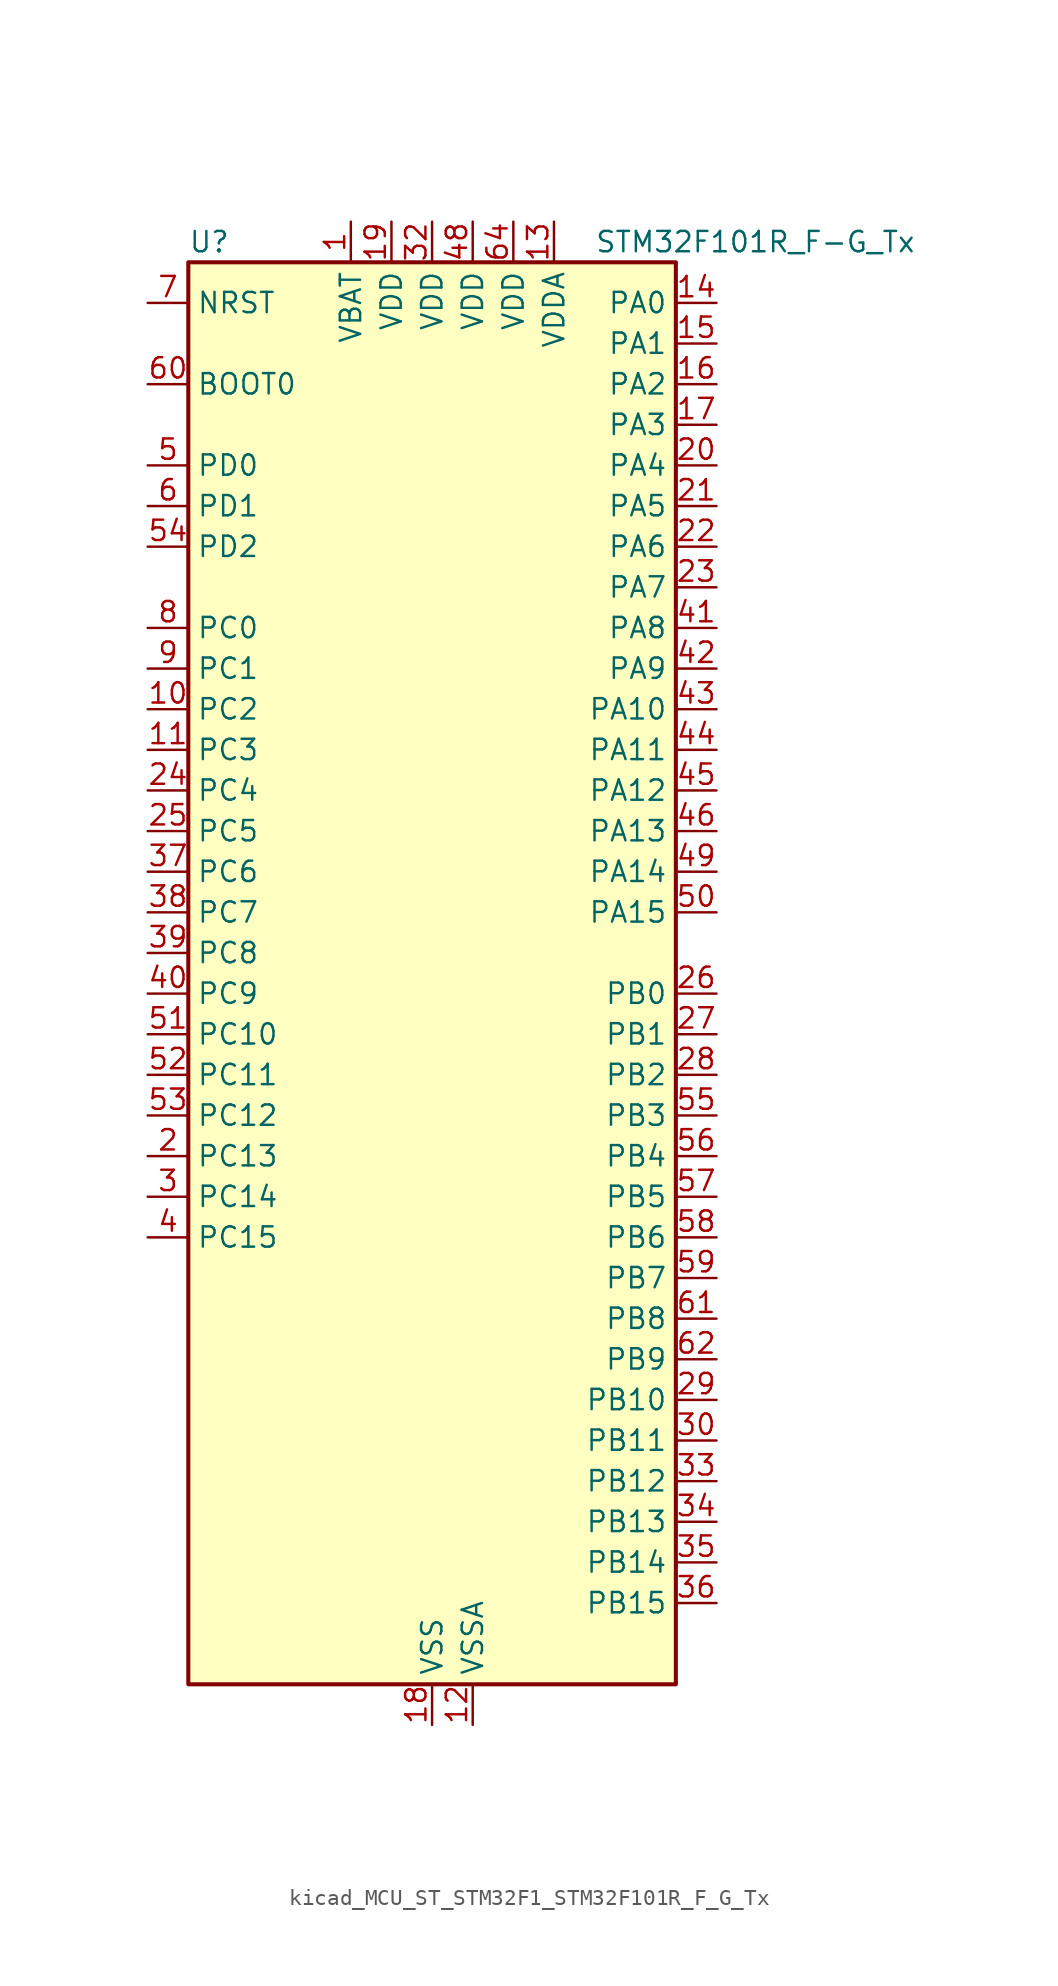
<source format=kicad_sym>
(kicad_symbol_lib
  (version 20220914)
  (generator kicad_symbol_editor)
  (symbol "kicad_MCU_ST_STM32F1_STM32F101R_F_G_Tx"
    (property "Reference" "U"
      (at -15.24 46.99 0)
      (effects (font (size 1.27 1.27)) (justify left)))
    (property "Value" "STM32F101R_F-G_Tx"
      (at 10.16 46.99 0)
      (effects (font (size 1.27 1.27)) (justify left)))
    (property "ki_locked" ""
      (at 0 0 0)
      (effects (font (size 1.27 1.27))))
    (symbol "kicad_MCU_ST_STM32F1_STM32F101R_F_G_Tx_0_1"
      (rectangle (start -15.24 -43.18) (end 15.24 45.72) (stroke (width 0.254) (type default)) (fill (type background))))
    (symbol "kicad_MCU_ST_STM32F1_STM32F101R_F_G_Tx_1_1"
      (pin power_in line (at -5.08 48.26 270) (length 2.54) (name "VBAT" (effects (font (size 1.27 1.27)))) (number "1" (effects (font (size 1.27 1.27)))))
      (pin bidirectional line (at -17.78 17.78 0) (length 2.54) (name "PC2" (effects (font (size 1.27 1.27)))) (number "10" (effects (font (size 1.27 1.27)))) (alternate "ADC1_IN12" bidirectional line))
      (pin bidirectional line (at -17.78 15.24 0) (length 2.54) (name "PC3" (effects (font (size 1.27 1.27)))) (number "11" (effects (font (size 1.27 1.27)))) (alternate "ADC1_IN13" bidirectional line))
      (pin power_in line (at 2.54 -45.72 90) (length 2.54) (name "VSSA" (effects (font (size 1.27 1.27)))) (number "12" (effects (font (size 1.27 1.27)))))
      (pin power_in line (at 7.62 48.26 270) (length 2.54) (name "VDDA" (effects (font (size 1.27 1.27)))) (number "13" (effects (font (size 1.27 1.27)))))
      (pin bidirectional line (at 17.78 43.18 180) (length 2.54) (name "PA0" (effects (font (size 1.27 1.27)))) (number "14" (effects (font (size 1.27 1.27)))) (alternate "ADC1_IN0" bidirectional line) (alternate "SYS_WKUP" bidirectional line) (alternate "TIM2_CH1" bidirectional line) (alternate "TIM2_ETR" bidirectional line) (alternate "TIM5_CH1" bidirectional line) (alternate "USART2_CTS" bidirectional line))
      (pin bidirectional line (at 17.78 40.64 180) (length 2.54) (name "PA1" (effects (font (size 1.27 1.27)))) (number "15" (effects (font (size 1.27 1.27)))) (alternate "ADC1_IN1" bidirectional line) (alternate "TIM2_CH2" bidirectional line) (alternate "TIM5_CH2" bidirectional line) (alternate "USART2_RTS" bidirectional line))
      (pin bidirectional line (at 17.78 38.1 180) (length 2.54) (name "PA2" (effects (font (size 1.27 1.27)))) (number "16" (effects (font (size 1.27 1.27)))) (alternate "ADC1_IN2" bidirectional line) (alternate "TIM2_CH3" bidirectional line) (alternate "TIM5_CH3" bidirectional line) (alternate "TIM9_CH1" bidirectional line) (alternate "USART2_TX" bidirectional line))
      (pin bidirectional line (at 17.78 35.56 180) (length 2.54) (name "PA3" (effects (font (size 1.27 1.27)))) (number "17" (effects (font (size 1.27 1.27)))) (alternate "ADC1_IN3" bidirectional line) (alternate "TIM2_CH4" bidirectional line) (alternate "TIM5_CH4" bidirectional line) (alternate "TIM9_CH2" bidirectional line) (alternate "USART2_RX" bidirectional line))
      (pin power_in line (at 0 -45.72 90) (length 2.54) (name "VSS" (effects (font (size 1.27 1.27)))) (number "18" (effects (font (size 1.27 1.27)))))
      (pin power_in line (at -2.54 48.26 270) (length 2.54) (name "VDD" (effects (font (size 1.27 1.27)))) (number "19" (effects (font (size 1.27 1.27)))))
      (pin bidirectional line (at -17.78 -10.16 0) (length 2.54) (name "PC13" (effects (font (size 1.27 1.27)))) (number "2" (effects (font (size 1.27 1.27)))) (alternate "RTC_OUT" bidirectional line) (alternate "RTC_TAMPER" bidirectional line))
      (pin bidirectional line (at 17.78 33.02 180) (length 2.54) (name "PA4" (effects (font (size 1.27 1.27)))) (number "20" (effects (font (size 1.27 1.27)))) (alternate "ADC1_IN4" bidirectional line) (alternate "DAC_OUT1" bidirectional line) (alternate "SPI1_NSS" bidirectional line) (alternate "USART2_CK" bidirectional line))
      (pin bidirectional line (at 17.78 30.48 180) (length 2.54) (name "PA5" (effects (font (size 1.27 1.27)))) (number "21" (effects (font (size 1.27 1.27)))) (alternate "ADC1_IN5" bidirectional line) (alternate "DAC_OUT2" bidirectional line) (alternate "SPI1_SCK" bidirectional line))
      (pin bidirectional line (at 17.78 27.94 180) (length 2.54) (name "PA6" (effects (font (size 1.27 1.27)))) (number "22" (effects (font (size 1.27 1.27)))) (alternate "ADC1_IN6" bidirectional line) (alternate "SPI1_MISO" bidirectional line) (alternate "TIM13_CH1" bidirectional line) (alternate "TIM3_CH1" bidirectional line))
      (pin bidirectional line (at 17.78 25.4 180) (length 2.54) (name "PA7" (effects (font (size 1.27 1.27)))) (number "23" (effects (font (size 1.27 1.27)))) (alternate "ADC1_IN7" bidirectional line) (alternate "SPI1_MOSI" bidirectional line) (alternate "TIM14_CH1" bidirectional line) (alternate "TIM3_CH2" bidirectional line))
      (pin bidirectional line (at -17.78 12.7 0) (length 2.54) (name "PC4" (effects (font (size 1.27 1.27)))) (number "24" (effects (font (size 1.27 1.27)))) (alternate "ADC1_IN14" bidirectional line))
      (pin bidirectional line (at -17.78 10.16 0) (length 2.54) (name "PC5" (effects (font (size 1.27 1.27)))) (number "25" (effects (font (size 1.27 1.27)))) (alternate "ADC1_IN15" bidirectional line))
      (pin bidirectional line (at 17.78 0 180) (length 2.54) (name "PB0" (effects (font (size 1.27 1.27)))) (number "26" (effects (font (size 1.27 1.27)))) (alternate "ADC1_IN8" bidirectional line) (alternate "TIM3_CH3" bidirectional line))
      (pin bidirectional line (at 17.78 -2.54 180) (length 2.54) (name "PB1" (effects (font (size 1.27 1.27)))) (number "27" (effects (font (size 1.27 1.27)))) (alternate "ADC1_IN9" bidirectional line) (alternate "TIM3_CH4" bidirectional line))
      (pin bidirectional line (at 17.78 -5.08 180) (length 2.54) (name "PB2" (effects (font (size 1.27 1.27)))) (number "28" (effects (font (size 1.27 1.27)))))
      (pin bidirectional line (at 17.78 -25.4 180) (length 2.54) (name "PB10" (effects (font (size 1.27 1.27)))) (number "29" (effects (font (size 1.27 1.27)))) (alternate "I2C2_SCL" bidirectional line) (alternate "TIM2_CH3" bidirectional line) (alternate "USART3_TX" bidirectional line))
      (pin bidirectional line (at -17.78 -12.7 0) (length 2.54) (name "PC14" (effects (font (size 1.27 1.27)))) (number "3" (effects (font (size 1.27 1.27)))) (alternate "RCC_OSC32_IN" bidirectional line))
      (pin bidirectional line (at 17.78 -27.94 180) (length 2.54) (name "PB11" (effects (font (size 1.27 1.27)))) (number "30" (effects (font (size 1.27 1.27)))) (alternate "ADC1_EXTI11" bidirectional line) (alternate "I2C2_SDA" bidirectional line) (alternate "TIM2_CH4" bidirectional line) (alternate "USART3_RX" bidirectional line))
      (pin passive line (at 0 -45.72 90) (length 2.54) hide (name "VSS" (effects (font (size 1.27 1.27)))) (number "31" (effects (font (size 1.27 1.27)))))
      (pin power_in line (at 0 48.26 270) (length 2.54) (name "VDD" (effects (font (size 1.27 1.27)))) (number "32" (effects (font (size 1.27 1.27)))))
      (pin bidirectional line (at 17.78 -30.48 180) (length 2.54) (name "PB12" (effects (font (size 1.27 1.27)))) (number "33" (effects (font (size 1.27 1.27)))) (alternate "I2C2_SMBA" bidirectional line) (alternate "SPI2_NSS" bidirectional line) (alternate "USART3_CK" bidirectional line))
      (pin bidirectional line (at 17.78 -33.02 180) (length 2.54) (name "PB13" (effects (font (size 1.27 1.27)))) (number "34" (effects (font (size 1.27 1.27)))) (alternate "SPI2_SCK" bidirectional line) (alternate "USART3_CTS" bidirectional line))
      (pin bidirectional line (at 17.78 -35.56 180) (length 2.54) (name "PB14" (effects (font (size 1.27 1.27)))) (number "35" (effects (font (size 1.27 1.27)))) (alternate "SPI2_MISO" bidirectional line) (alternate "TIM12_CH1" bidirectional line) (alternate "USART3_RTS" bidirectional line))
      (pin bidirectional line (at 17.78 -38.1 180) (length 2.54) (name "PB15" (effects (font (size 1.27 1.27)))) (number "36" (effects (font (size 1.27 1.27)))) (alternate "ADC1_EXTI15" bidirectional line) (alternate "SPI2_MOSI" bidirectional line) (alternate "TIM12_CH2" bidirectional line))
      (pin bidirectional line (at -17.78 7.62 0) (length 2.54) (name "PC6" (effects (font (size 1.27 1.27)))) (number "37" (effects (font (size 1.27 1.27)))) (alternate "TIM3_CH1" bidirectional line))
      (pin bidirectional line (at -17.78 5.08 0) (length 2.54) (name "PC7" (effects (font (size 1.27 1.27)))) (number "38" (effects (font (size 1.27 1.27)))) (alternate "TIM3_CH2" bidirectional line))
      (pin bidirectional line (at -17.78 2.54 0) (length 2.54) (name "PC8" (effects (font (size 1.27 1.27)))) (number "39" (effects (font (size 1.27 1.27)))) (alternate "TIM3_CH3" bidirectional line))
      (pin bidirectional line (at -17.78 -15.24 0) (length 2.54) (name "PC15" (effects (font (size 1.27 1.27)))) (number "4" (effects (font (size 1.27 1.27)))) (alternate "ADC1_EXTI15" bidirectional line) (alternate "RCC_OSC32_OUT" bidirectional line))
      (pin bidirectional line (at -17.78 0 0) (length 2.54) (name "PC9" (effects (font (size 1.27 1.27)))) (number "40" (effects (font (size 1.27 1.27)))) (alternate "DAC_EXTI9" bidirectional line) (alternate "TIM3_CH4" bidirectional line))
      (pin bidirectional line (at 17.78 22.86 180) (length 2.54) (name "PA8" (effects (font (size 1.27 1.27)))) (number "41" (effects (font (size 1.27 1.27)))) (alternate "RCC_MCO" bidirectional line) (alternate "USART1_CK" bidirectional line))
      (pin bidirectional line (at 17.78 20.32 180) (length 2.54) (name "PA9" (effects (font (size 1.27 1.27)))) (number "42" (effects (font (size 1.27 1.27)))) (alternate "DAC_EXTI9" bidirectional line) (alternate "USART1_TX" bidirectional line))
      (pin bidirectional line (at 17.78 17.78 180) (length 2.54) (name "PA10" (effects (font (size 1.27 1.27)))) (number "43" (effects (font (size 1.27 1.27)))) (alternate "USART1_RX" bidirectional line))
      (pin bidirectional line (at 17.78 15.24 180) (length 2.54) (name "PA11" (effects (font (size 1.27 1.27)))) (number "44" (effects (font (size 1.27 1.27)))) (alternate "ADC1_EXTI11" bidirectional line) (alternate "USART1_CTS" bidirectional line))
      (pin bidirectional line (at 17.78 12.7 180) (length 2.54) (name "PA12" (effects (font (size 1.27 1.27)))) (number "45" (effects (font (size 1.27 1.27)))) (alternate "USART1_RTS" bidirectional line))
      (pin bidirectional line (at 17.78 10.16 180) (length 2.54) (name "PA13" (effects (font (size 1.27 1.27)))) (number "46" (effects (font (size 1.27 1.27)))) (alternate "SYS_JTMS-SWDIO" bidirectional line))
      (pin passive line (at 0 -45.72 90) (length 2.54) hide (name "VSS" (effects (font (size 1.27 1.27)))) (number "47" (effects (font (size 1.27 1.27)))))
      (pin power_in line (at 2.54 48.26 270) (length 2.54) (name "VDD" (effects (font (size 1.27 1.27)))) (number "48" (effects (font (size 1.27 1.27)))))
      (pin bidirectional line (at 17.78 7.62 180) (length 2.54) (name "PA14" (effects (font (size 1.27 1.27)))) (number "49" (effects (font (size 1.27 1.27)))) (alternate "SYS_JTCK-SWCLK" bidirectional line))
      (pin bidirectional line (at -17.78 33.02 0) (length 2.54) (name "PD0" (effects (font (size 1.27 1.27)))) (number "5" (effects (font (size 1.27 1.27)))) (alternate "RCC_OSC_IN" bidirectional line))
      (pin bidirectional line (at 17.78 5.08 180) (length 2.54) (name "PA15" (effects (font (size 1.27 1.27)))) (number "50" (effects (font (size 1.27 1.27)))) (alternate "ADC1_EXTI15" bidirectional line) (alternate "SPI1_NSS" bidirectional line) (alternate "SPI3_NSS" bidirectional line) (alternate "SYS_JTDI" bidirectional line) (alternate "TIM2_CH1" bidirectional line) (alternate "TIM2_ETR" bidirectional line))
      (pin bidirectional line (at -17.78 -2.54 0) (length 2.54) (name "PC10" (effects (font (size 1.27 1.27)))) (number "51" (effects (font (size 1.27 1.27)))) (alternate "UART4_TX" bidirectional line) (alternate "USART3_TX" bidirectional line))
      (pin bidirectional line (at -17.78 -5.08 0) (length 2.54) (name "PC11" (effects (font (size 1.27 1.27)))) (number "52" (effects (font (size 1.27 1.27)))) (alternate "ADC1_EXTI11" bidirectional line) (alternate "UART4_RX" bidirectional line) (alternate "USART3_RX" bidirectional line))
      (pin bidirectional line (at -17.78 -7.62 0) (length 2.54) (name "PC12" (effects (font (size 1.27 1.27)))) (number "53" (effects (font (size 1.27 1.27)))) (alternate "UART5_TX" bidirectional line) (alternate "USART3_CK" bidirectional line))
      (pin bidirectional line (at -17.78 27.94 0) (length 2.54) (name "PD2" (effects (font (size 1.27 1.27)))) (number "54" (effects (font (size 1.27 1.27)))) (alternate "TIM3_ETR" bidirectional line) (alternate "UART5_RX" bidirectional line))
      (pin bidirectional line (at 17.78 -7.62 180) (length 2.54) (name "PB3" (effects (font (size 1.27 1.27)))) (number "55" (effects (font (size 1.27 1.27)))) (alternate "SPI1_SCK" bidirectional line) (alternate "SPI3_SCK" bidirectional line) (alternate "SYS_JTDO-TRACESWO" bidirectional line) (alternate "TIM2_CH2" bidirectional line))
      (pin bidirectional line (at 17.78 -10.16 180) (length 2.54) (name "PB4" (effects (font (size 1.27 1.27)))) (number "56" (effects (font (size 1.27 1.27)))) (alternate "SPI1_MISO" bidirectional line) (alternate "SPI3_MISO" bidirectional line) (alternate "SYS_NJTRST" bidirectional line) (alternate "TIM3_CH1" bidirectional line))
      (pin bidirectional line (at 17.78 -12.7 180) (length 2.54) (name "PB5" (effects (font (size 1.27 1.27)))) (number "57" (effects (font (size 1.27 1.27)))) (alternate "I2C1_SMBA" bidirectional line) (alternate "SPI1_MOSI" bidirectional line) (alternate "SPI3_MOSI" bidirectional line) (alternate "TIM3_CH2" bidirectional line))
      (pin bidirectional line (at 17.78 -15.24 180) (length 2.54) (name "PB6" (effects (font (size 1.27 1.27)))) (number "58" (effects (font (size 1.27 1.27)))) (alternate "I2C1_SCL" bidirectional line) (alternate "TIM4_CH1" bidirectional line) (alternate "USART1_TX" bidirectional line))
      (pin bidirectional line (at 17.78 -17.78 180) (length 2.54) (name "PB7" (effects (font (size 1.27 1.27)))) (number "59" (effects (font (size 1.27 1.27)))) (alternate "I2C1_SDA" bidirectional line) (alternate "TIM4_CH2" bidirectional line) (alternate "USART1_RX" bidirectional line))
      (pin bidirectional line (at -17.78 30.48 0) (length 2.54) (name "PD1" (effects (font (size 1.27 1.27)))) (number "6" (effects (font (size 1.27 1.27)))) (alternate "RCC_OSC_OUT" bidirectional line))
      (pin input line (at -17.78 38.1 0) (length 2.54) (name "BOOT0" (effects (font (size 1.27 1.27)))) (number "60" (effects (font (size 1.27 1.27)))))
      (pin bidirectional line (at 17.78 -20.32 180) (length 2.54) (name "PB8" (effects (font (size 1.27 1.27)))) (number "61" (effects (font (size 1.27 1.27)))) (alternate "I2C1_SCL" bidirectional line) (alternate "TIM10_CH1" bidirectional line) (alternate "TIM4_CH3" bidirectional line))
      (pin bidirectional line (at 17.78 -22.86 180) (length 2.54) (name "PB9" (effects (font (size 1.27 1.27)))) (number "62" (effects (font (size 1.27 1.27)))) (alternate "DAC_EXTI9" bidirectional line) (alternate "I2C1_SDA" bidirectional line) (alternate "TIM11_CH1" bidirectional line) (alternate "TIM4_CH4" bidirectional line))
      (pin passive line (at 0 -45.72 90) (length 2.54) hide (name "VSS" (effects (font (size 1.27 1.27)))) (number "63" (effects (font (size 1.27 1.27)))))
      (pin power_in line (at 5.08 48.26 270) (length 2.54) (name "VDD" (effects (font (size 1.27 1.27)))) (number "64" (effects (font (size 1.27 1.27)))))
      (pin input line (at -17.78 43.18 0) (length 2.54) (name "NRST" (effects (font (size 1.27 1.27)))) (number "7" (effects (font (size 1.27 1.27)))))
      (pin bidirectional line (at -17.78 22.86 0) (length 2.54) (name "PC0" (effects (font (size 1.27 1.27)))) (number "8" (effects (font (size 1.27 1.27)))) (alternate "ADC1_IN10" bidirectional line))
      (pin bidirectional line (at -17.78 20.32 0) (length 2.54) (name "PC1" (effects (font (size 1.27 1.27)))) (number "9" (effects (font (size 1.27 1.27)))) (alternate "ADC1_IN11" bidirectional line)))))
</source>
